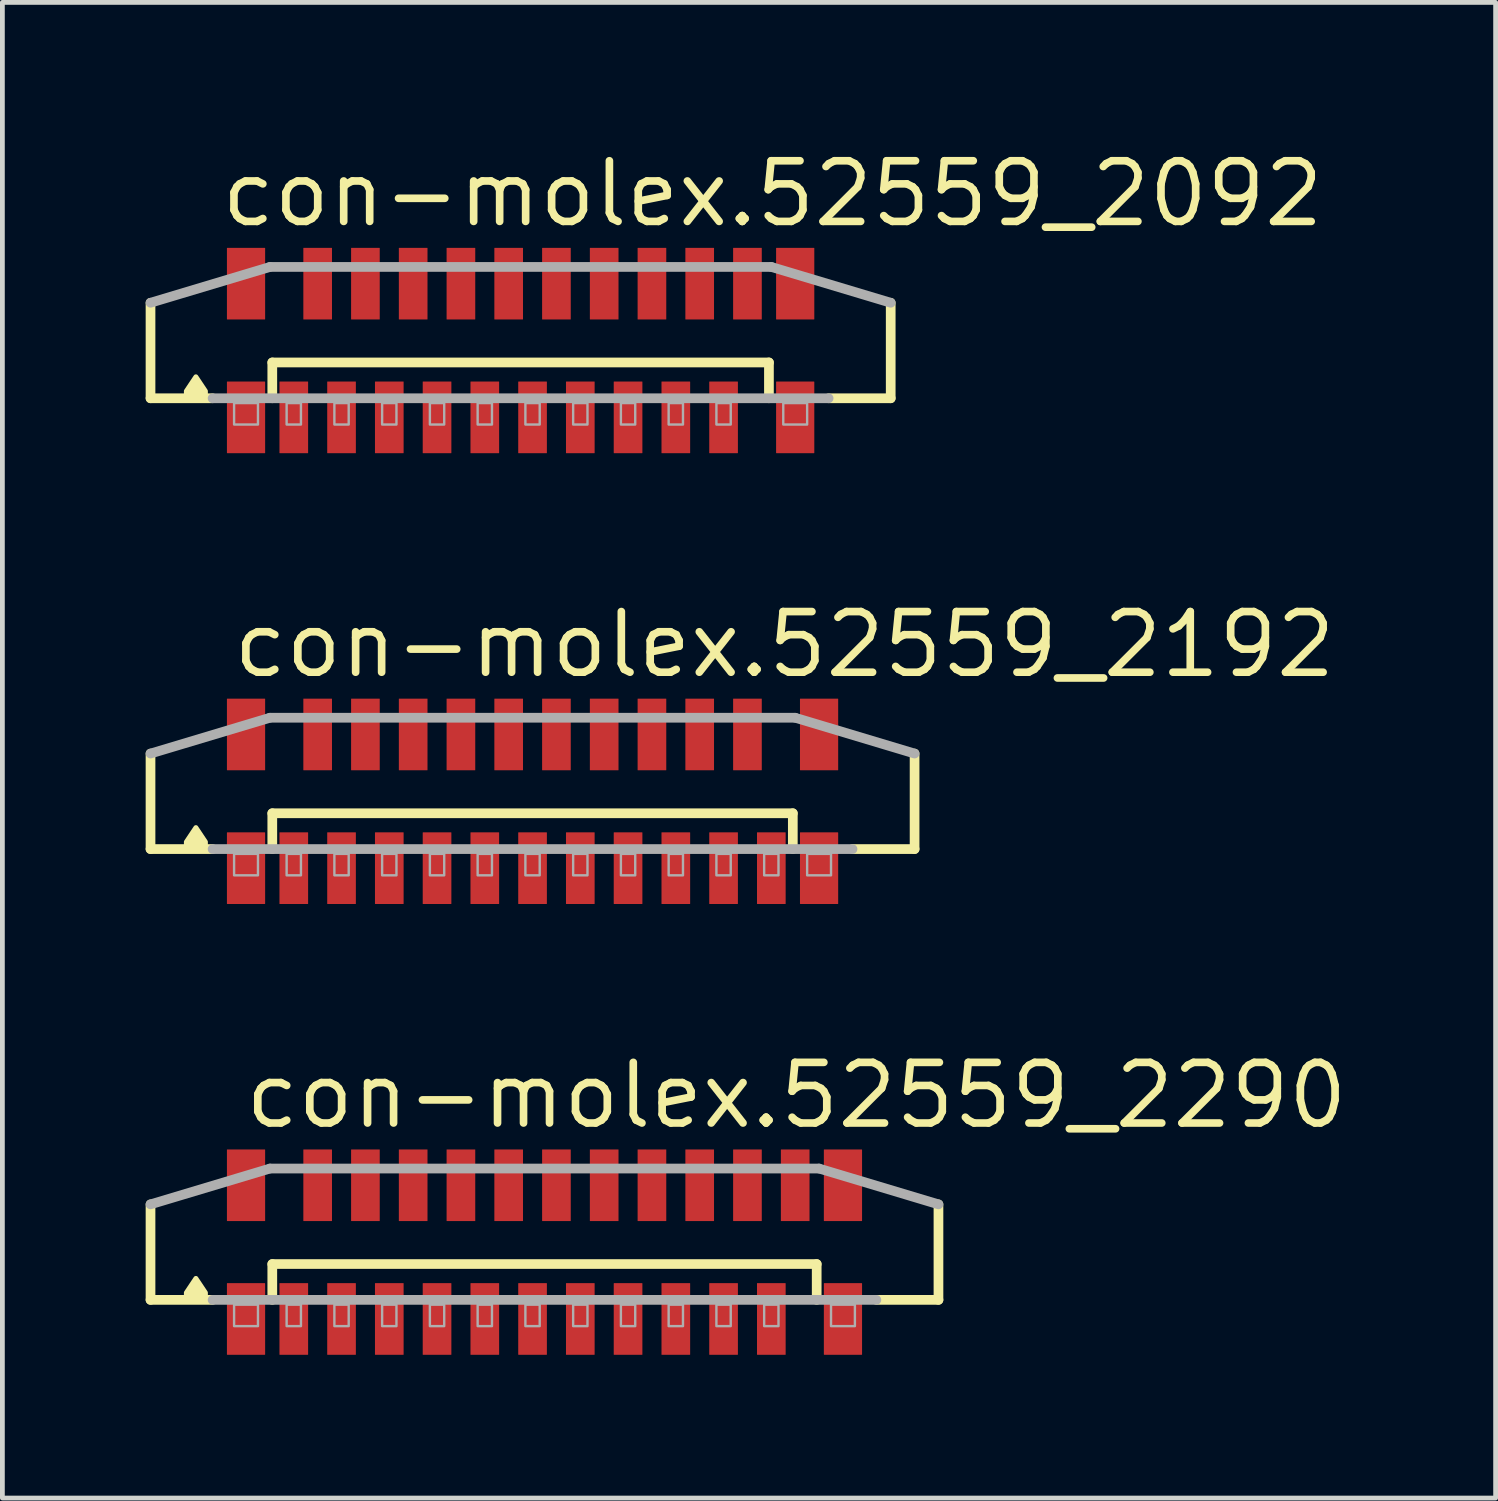
<source format=kicad_pcb>
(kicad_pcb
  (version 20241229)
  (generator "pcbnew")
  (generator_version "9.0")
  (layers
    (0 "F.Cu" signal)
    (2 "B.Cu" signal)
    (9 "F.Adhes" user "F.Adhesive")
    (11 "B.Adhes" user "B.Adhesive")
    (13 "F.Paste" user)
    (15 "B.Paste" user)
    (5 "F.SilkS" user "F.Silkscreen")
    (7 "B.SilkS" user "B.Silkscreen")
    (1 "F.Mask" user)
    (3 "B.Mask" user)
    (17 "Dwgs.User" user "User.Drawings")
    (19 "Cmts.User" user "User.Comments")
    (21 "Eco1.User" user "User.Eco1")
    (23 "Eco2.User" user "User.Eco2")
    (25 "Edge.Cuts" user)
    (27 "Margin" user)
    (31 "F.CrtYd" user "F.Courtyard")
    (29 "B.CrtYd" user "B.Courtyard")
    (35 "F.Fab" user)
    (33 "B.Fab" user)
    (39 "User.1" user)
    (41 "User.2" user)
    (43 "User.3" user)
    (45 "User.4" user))
  (footprint "con-molex.52559_2290"
    (layer "F.Cu")
    (at 8.352 23.17)
    (property "Reference" "con-molex.52559_2290" (at -6.35 -2.54 0) (layer "F.SilkS") (effects (font (size 1.27 1.27) (thickness 0.16)) (justify left bottom)))
    (attr smd)
    (fp_line (start -8.25 1) (end -8.25 -1) (stroke (width 0.203) (type default)) (layer "F.SilkS"))
    (fp_line (start -6.95 1) (end -8.25 1) (stroke (width 0.203) (type default)) (layer "F.SilkS"))
    (fp_line (start -5.7 0.25) (end 5.7 0.25) (stroke (width 0.203) (type default)) (layer "F.SilkS"))
    (fp_line (start -5.7 1) (end -5.7 0.25) (stroke (width 0.203) (type default)) (layer "F.SilkS"))
    (fp_line (start 5.7 0.25) (end 5.7 1) (stroke (width 0.203) (type default)) (layer "F.SilkS"))
    (fp_line (start 8.25 -1) (end 8.25 1) (stroke (width 0.203) (type default)) (layer "F.SilkS"))
    (fp_line (start 8.25 1) (end 6.95 1) (stroke (width 0.203) (type default)) (layer "F.SilkS"))
    (fp_poly (pts (xy -7.1 0.95) (xy -7.1 0.85) (xy -7.3 0.55) (xy -7.5 0.85) (xy -7.5 0.95)) (stroke (width 0.102) (type default)) (fill yes) (layer "F.SilkS"))
    (fp_line (start -8.25 -1) (end -5.75 -1.75) (stroke (width 0.203) (type default)) (layer "F.Fab"))
    (fp_line (start -5.75 -1.75) (end 5.75 -1.75) (stroke (width 0.203) (type default)) (layer "F.Fab"))
    (fp_line (start 5.75 -1.75) (end 8.25 -1) (stroke (width 0.203) (type default)) (layer "F.Fab"))
    (fp_line (start 6.95 1) (end -6.95 1) (stroke (width 0.203) (type default)) (layer "F.Fab"))
    (fp_rect (start -6.5 1.55) (end -6 1.1) (stroke (width 0.05) (type default)) (fill no) (layer "F.Fab"))
    (fp_rect (start -5.4 1.55) (end -5.1 1.1) (stroke (width 0.05) (type default)) (fill no) (layer "F.Fab"))
    (fp_rect (start -4.4 1.55) (end -4.1 1.1) (stroke (width 0.05) (type default)) (fill no) (layer "F.Fab"))
    (fp_rect (start -3.4 1.55) (end -3.1 1.1) (stroke (width 0.05) (type default)) (fill no) (layer "F.Fab"))
    (fp_rect (start -2.4 1.55) (end -2.1 1.1) (stroke (width 0.05) (type default)) (fill no) (layer "F.Fab"))
    (fp_rect (start -1.4 1.55) (end -1.1 1.1) (stroke (width 0.05) (type default)) (fill no) (layer "F.Fab"))
    (fp_rect (start -0.4 1.55) (end -0.1 1.1) (stroke (width 0.05) (type default)) (fill no) (layer "F.Fab"))
    (fp_rect (start 0.6 1.55) (end 0.9 1.1) (stroke (width 0.05) (type default)) (fill no) (layer "F.Fab"))
    (fp_rect (start 1.6 1.55) (end 1.9 1.1) (stroke (width 0.05) (type default)) (fill no) (layer "F.Fab"))
    (fp_rect (start 2.6 1.55) (end 2.9 1.1) (stroke (width 0.05) (type default)) (fill no) (layer "F.Fab"))
    (fp_rect (start 3.6 1.55) (end 3.9 1.1) (stroke (width 0.05) (type default)) (fill no) (layer "F.Fab"))
    (fp_rect (start 4.6 1.55) (end 4.9 1.1) (stroke (width 0.05) (type default)) (fill no) (layer "F.Fab"))
    (fp_rect (start 6 1.55) (end 6.5 1.1) (stroke (width 0.05) (type default)) (fill no) (layer "F.Fab"))
    (pad "1" smd roundrect (at -5.25 1.4) (size 0.6 1.5) (layers "F.Cu" "F.Mask" "F.Paste") (roundrect_rratio 0.01))
    (pad "2" smd roundrect (at -4.75 -1.4 180) (size 0.6 1.5) (layers "F.Cu" "F.Mask" "F.Paste") (roundrect_rratio 0.01))
    (pad "3" smd roundrect (at -4.25 1.4) (size 0.6 1.5) (layers "F.Cu" "F.Mask" "F.Paste") (roundrect_rratio 0.01))
    (pad "4" smd roundrect (at -3.75 -1.4 180) (size 0.6 1.5) (layers "F.Cu" "F.Mask" "F.Paste") (roundrect_rratio 0.01))
    (pad "5" smd roundrect (at -3.25 1.4) (size 0.6 1.5) (layers "F.Cu" "F.Mask" "F.Paste") (roundrect_rratio 0.01))
    (pad "6" smd roundrect (at -2.75 -1.4 180) (size 0.6 1.5) (layers "F.Cu" "F.Mask" "F.Paste") (roundrect_rratio 0.01))
    (pad "7" smd roundrect (at -2.25 1.4) (size 0.6 1.5) (layers "F.Cu" "F.Mask" "F.Paste") (roundrect_rratio 0.01))
    (pad "8" smd roundrect (at -1.75 -1.4 180) (size 0.6 1.5) (layers "F.Cu" "F.Mask" "F.Paste") (roundrect_rratio 0.01))
    (pad "9" smd roundrect (at -1.25 1.4) (size 0.6 1.5) (layers "F.Cu" "F.Mask" "F.Paste") (roundrect_rratio 0.01))
    (pad "10" smd roundrect (at -0.75 -1.4 180) (size 0.6 1.5) (layers "F.Cu" "F.Mask" "F.Paste") (roundrect_rratio 0.01))
    (pad "11" smd roundrect (at -0.25 1.4) (size 0.6 1.5) (layers "F.Cu" "F.Mask" "F.Paste") (roundrect_rratio 0.01))
    (pad "12" smd roundrect (at 0.25 -1.4 180) (size 0.6 1.5) (layers "F.Cu" "F.Mask" "F.Paste") (roundrect_rratio 0.01))
    (pad "13" smd roundrect (at 0.75 1.4) (size 0.6 1.5) (layers "F.Cu" "F.Mask" "F.Paste") (roundrect_rratio 0.01))
    (pad "14" smd roundrect (at 1.25 -1.4 180) (size 0.6 1.5) (layers "F.Cu" "F.Mask" "F.Paste") (roundrect_rratio 0.01))
    (pad "15" smd roundrect (at 1.75 1.4) (size 0.6 1.5) (layers "F.Cu" "F.Mask" "F.Paste") (roundrect_rratio 0.01))
    (pad "16" smd roundrect (at 2.25 -1.4 180) (size 0.6 1.5) (layers "F.Cu" "F.Mask" "F.Paste") (roundrect_rratio 0.01))
    (pad "17" smd roundrect (at 2.75 1.4) (size 0.6 1.5) (layers "F.Cu" "F.Mask" "F.Paste") (roundrect_rratio 0.01))
    (pad "18" smd roundrect (at 3.25 -1.4 180) (size 0.6 1.5) (layers "F.Cu" "F.Mask" "F.Paste") (roundrect_rratio 0.01))
    (pad "19" smd roundrect (at 3.75 1.4) (size 0.6 1.5) (layers "F.Cu" "F.Mask" "F.Paste") (roundrect_rratio 0.01))
    (pad "20" smd roundrect (at 4.25 -1.4 180) (size 0.6 1.5) (layers "F.Cu" "F.Mask" "F.Paste") (roundrect_rratio 0.01))
    (pad "21" smd roundrect (at 4.75 1.4) (size 0.6 1.5) (layers "F.Cu" "F.Mask" "F.Paste") (roundrect_rratio 0.01))
    (pad "22" smd roundrect (at 5.25 -1.4 180) (size 0.6 1.5) (layers "F.Cu" "F.Mask" "F.Paste") (roundrect_rratio 0.01))
    (pad "M1" smd roundrect (at -6.25 1.4) (size 0.8 1.5) (layers "F.Cu" "F.Mask" "F.Paste") (roundrect_rratio 0.01))
    (pad "M2" smd roundrect (at 6.25 1.4) (size 0.8 1.5) (layers "F.Cu" "F.Mask" "F.Paste") (roundrect_rratio 0.01))
    (pad "M3" smd roundrect (at 6.25 -1.4 180) (size 0.8 1.5) (layers "F.Cu" "F.Mask" "F.Paste") (roundrect_rratio 0.01))
    (pad "M4" smd roundrect (at -6.25 -1.4 180) (size 0.8 1.5) (layers "F.Cu" "F.Mask" "F.Paste") (roundrect_rratio 0.01)))
  (footprint "con-molex.52559_2192"
    (layer "F.Cu")
    (at 8.102 13.73)
    (property "Reference" "con-molex.52559_2192" (at -6.35 -2.54 0) (layer "F.SilkS") (effects (font (size 1.27 1.27) (thickness 0.16)) (justify left bottom)))
    (attr smd)
    (fp_line (start -8 1) (end -8 -1) (stroke (width 0.203) (type default)) (layer "F.SilkS"))
    (fp_line (start -6.7 1) (end -8 1) (stroke (width 0.203) (type default)) (layer "F.SilkS"))
    (fp_line (start -5.45 0.25) (end 5.45 0.25) (stroke (width 0.203) (type default)) (layer "F.SilkS"))
    (fp_line (start -5.45 1) (end -5.45 0.25) (stroke (width 0.203) (type default)) (layer "F.SilkS"))
    (fp_line (start 5.45 0.25) (end 5.45 1) (stroke (width 0.203) (type default)) (layer "F.SilkS"))
    (fp_line (start 8 -1) (end 8 1) (stroke (width 0.203) (type default)) (layer "F.SilkS"))
    (fp_line (start 8 1) (end 6.7 1) (stroke (width 0.203) (type default)) (layer "F.SilkS"))
    (fp_poly (pts (xy -6.85 0.95) (xy -6.85 0.85) (xy -7.05 0.55) (xy -7.25 0.85) (xy -7.25 0.95)) (stroke (width 0.102) (type default)) (fill yes) (layer "F.SilkS"))
    (fp_line (start -8 -1) (end -5.5 -1.75) (stroke (width 0.203) (type default)) (layer "F.Fab"))
    (fp_line (start -5.5 -1.75) (end 5.5 -1.75) (stroke (width 0.203) (type default)) (layer "F.Fab"))
    (fp_line (start 5.5 -1.75) (end 8 -1) (stroke (width 0.203) (type default)) (layer "F.Fab"))
    (fp_line (start 6.7 1) (end -6.7 1) (stroke (width 0.203) (type default)) (layer "F.Fab"))
    (fp_rect (start -6.25 1.55) (end -5.75 1.1) (stroke (width 0.05) (type default)) (fill no) (layer "F.Fab"))
    (fp_rect (start -5.15 1.55) (end -4.85 1.1) (stroke (width 0.05) (type default)) (fill no) (layer "F.Fab"))
    (fp_rect (start -4.15 1.55) (end -3.85 1.1) (stroke (width 0.05) (type default)) (fill no) (layer "F.Fab"))
    (fp_rect (start -3.15 1.55) (end -2.85 1.1) (stroke (width 0.05) (type default)) (fill no) (layer "F.Fab"))
    (fp_rect (start -2.15 1.55) (end -1.85 1.1) (stroke (width 0.05) (type default)) (fill no) (layer "F.Fab"))
    (fp_rect (start -1.15 1.55) (end -0.85 1.1) (stroke (width 0.05) (type default)) (fill no) (layer "F.Fab"))
    (fp_rect (start -0.15 1.55) (end 0.15 1.1) (stroke (width 0.05) (type default)) (fill no) (layer "F.Fab"))
    (fp_rect (start 0.85 1.55) (end 1.15 1.1) (stroke (width 0.05) (type default)) (fill no) (layer "F.Fab"))
    (fp_rect (start 1.85 1.55) (end 2.15 1.1) (stroke (width 0.05) (type default)) (fill no) (layer "F.Fab"))
    (fp_rect (start 2.85 1.55) (end 3.15 1.1) (stroke (width 0.05) (type default)) (fill no) (layer "F.Fab"))
    (fp_rect (start 3.85 1.55) (end 4.15 1.1) (stroke (width 0.05) (type default)) (fill no) (layer "F.Fab"))
    (fp_rect (start 4.85 1.55) (end 5.15 1.1) (stroke (width 0.05) (type default)) (fill no) (layer "F.Fab"))
    (fp_rect (start 5.75 1.55) (end 6.25 1.1) (stroke (width 0.05) (type default)) (fill no) (layer "F.Fab"))
    (pad "1" smd roundrect (at -5 1.4) (size 0.6 1.5) (layers "F.Cu" "F.Mask" "F.Paste") (roundrect_rratio 0.01))
    (pad "2" smd roundrect (at -4.5 -1.4 180) (size 0.6 1.5) (layers "F.Cu" "F.Mask" "F.Paste") (roundrect_rratio 0.01))
    (pad "3" smd roundrect (at -4 1.4) (size 0.6 1.5) (layers "F.Cu" "F.Mask" "F.Paste") (roundrect_rratio 0.01))
    (pad "4" smd roundrect (at -3.5 -1.4 180) (size 0.6 1.5) (layers "F.Cu" "F.Mask" "F.Paste") (roundrect_rratio 0.01))
    (pad "5" smd roundrect (at -3 1.4) (size 0.6 1.5) (layers "F.Cu" "F.Mask" "F.Paste") (roundrect_rratio 0.01))
    (pad "6" smd roundrect (at -2.5 -1.4 180) (size 0.6 1.5) (layers "F.Cu" "F.Mask" "F.Paste") (roundrect_rratio 0.01))
    (pad "7" smd roundrect (at -2 1.4) (size 0.6 1.5) (layers "F.Cu" "F.Mask" "F.Paste") (roundrect_rratio 0.01))
    (pad "8" smd roundrect (at -1.5 -1.4 180) (size 0.6 1.5) (layers "F.Cu" "F.Mask" "F.Paste") (roundrect_rratio 0.01))
    (pad "9" smd roundrect (at -1 1.4) (size 0.6 1.5) (layers "F.Cu" "F.Mask" "F.Paste") (roundrect_rratio 0.01))
    (pad "10" smd roundrect (at -0.5 -1.4 180) (size 0.6 1.5) (layers "F.Cu" "F.Mask" "F.Paste") (roundrect_rratio 0.01))
    (pad "11" smd roundrect (at 0 1.4) (size 0.6 1.5) (layers "F.Cu" "F.Mask" "F.Paste") (roundrect_rratio 0.01))
    (pad "12" smd roundrect (at 0.5 -1.4 180) (size 0.6 1.5) (layers "F.Cu" "F.Mask" "F.Paste") (roundrect_rratio 0.01))
    (pad "13" smd roundrect (at 1 1.4) (size 0.6 1.5) (layers "F.Cu" "F.Mask" "F.Paste") (roundrect_rratio 0.01))
    (pad "14" smd roundrect (at 1.5 -1.4 180) (size 0.6 1.5) (layers "F.Cu" "F.Mask" "F.Paste") (roundrect_rratio 0.01))
    (pad "15" smd roundrect (at 2 1.4) (size 0.6 1.5) (layers "F.Cu" "F.Mask" "F.Paste") (roundrect_rratio 0.01))
    (pad "16" smd roundrect (at 2.5 -1.4 180) (size 0.6 1.5) (layers "F.Cu" "F.Mask" "F.Paste") (roundrect_rratio 0.01))
    (pad "17" smd roundrect (at 3 1.4) (size 0.6 1.5) (layers "F.Cu" "F.Mask" "F.Paste") (roundrect_rratio 0.01))
    (pad "18" smd roundrect (at 3.5 -1.4 180) (size 0.6 1.5) (layers "F.Cu" "F.Mask" "F.Paste") (roundrect_rratio 0.01))
    (pad "19" smd roundrect (at 4 1.4) (size 0.6 1.5) (layers "F.Cu" "F.Mask" "F.Paste") (roundrect_rratio 0.01))
    (pad "20" smd roundrect (at 4.5 -1.4 180) (size 0.6 1.5) (layers "F.Cu" "F.Mask" "F.Paste") (roundrect_rratio 0.01))
    (pad "21" smd roundrect (at 5 1.4) (size 0.6 1.5) (layers "F.Cu" "F.Mask" "F.Paste") (roundrect_rratio 0.01))
    (pad "M1" smd roundrect (at -6 1.4) (size 0.8 1.5) (layers "F.Cu" "F.Mask" "F.Paste") (roundrect_rratio 0.01))
    (pad "M2" smd roundrect (at 6 1.4) (size 0.8 1.5) (layers "F.Cu" "F.Mask" "F.Paste") (roundrect_rratio 0.01))
    (pad "M3" smd roundrect (at 6 -1.4 180) (size 0.8 1.5) (layers "F.Cu" "F.Mask" "F.Paste") (roundrect_rratio 0.01))
    (pad "M4" smd roundrect (at -6 -1.4 180) (size 0.8 1.5) (layers "F.Cu" "F.Mask" "F.Paste") (roundrect_rratio 0.01)))
  (footprint "con-molex.52559_2092"
    (layer "F.Cu")
    (at 7.852 4.29)
    (property "Reference" "con-molex.52559_2092" (at -6.35 -2.54 0) (layer "F.SilkS") (effects (font (size 1.27 1.27) (thickness 0.16)) (justify left bottom)))
    (attr smd)
    (fp_line (start -7.75 1) (end -7.75 -1) (stroke (width 0.203) (type default)) (layer "F.SilkS"))
    (fp_line (start -6.45 1) (end -7.75 1) (stroke (width 0.203) (type default)) (layer "F.SilkS"))
    (fp_line (start -5.2 0.25) (end 5.2 0.25) (stroke (width 0.203) (type default)) (layer "F.SilkS"))
    (fp_line (start -5.2 1) (end -5.2 0.25) (stroke (width 0.203) (type default)) (layer "F.SilkS"))
    (fp_line (start 5.2 0.25) (end 5.2 1) (stroke (width 0.203) (type default)) (layer "F.SilkS"))
    (fp_line (start 7.75 -1) (end 7.75 1) (stroke (width 0.203) (type default)) (layer "F.SilkS"))
    (fp_line (start 7.75 1) (end 6.45 1) (stroke (width 0.203) (type default)) (layer "F.SilkS"))
    (fp_poly (pts (xy -6.6 0.95) (xy -6.6 0.85) (xy -6.8 0.55) (xy -7 0.85) (xy -7 0.95)) (stroke (width 0.102) (type default)) (fill yes) (layer "F.SilkS"))
    (fp_line (start -7.75 -1) (end -5.25 -1.75) (stroke (width 0.203) (type default)) (layer "F.Fab"))
    (fp_line (start -5.25 -1.75) (end 5.25 -1.75) (stroke (width 0.203) (type default)) (layer "F.Fab"))
    (fp_line (start 5.25 -1.75) (end 7.75 -1) (stroke (width 0.203) (type default)) (layer "F.Fab"))
    (fp_line (start 6.45 1) (end -6.45 1) (stroke (width 0.203) (type default)) (layer "F.Fab"))
    (fp_rect (start -6 1.55) (end -5.5 1.1) (stroke (width 0.05) (type default)) (fill no) (layer "F.Fab"))
    (fp_rect (start -4.9 1.55) (end -4.6 1.1) (stroke (width 0.05) (type default)) (fill no) (layer "F.Fab"))
    (fp_rect (start -3.9 1.55) (end -3.6 1.1) (stroke (width 0.05) (type default)) (fill no) (layer "F.Fab"))
    (fp_rect (start -2.9 1.55) (end -2.6 1.1) (stroke (width 0.05) (type default)) (fill no) (layer "F.Fab"))
    (fp_rect (start -1.9 1.55) (end -1.6 1.1) (stroke (width 0.05) (type default)) (fill no) (layer "F.Fab"))
    (fp_rect (start -0.9 1.55) (end -0.6 1.1) (stroke (width 0.05) (type default)) (fill no) (layer "F.Fab"))
    (fp_rect (start 0.1 1.55) (end 0.4 1.1) (stroke (width 0.05) (type default)) (fill no) (layer "F.Fab"))
    (fp_rect (start 1.1 1.55) (end 1.4 1.1) (stroke (width 0.05) (type default)) (fill no) (layer "F.Fab"))
    (fp_rect (start 2.1 1.55) (end 2.4 1.1) (stroke (width 0.05) (type default)) (fill no) (layer "F.Fab"))
    (fp_rect (start 3.1 1.55) (end 3.4 1.1) (stroke (width 0.05) (type default)) (fill no) (layer "F.Fab"))
    (fp_rect (start 4.1 1.55) (end 4.4 1.1) (stroke (width 0.05) (type default)) (fill no) (layer "F.Fab"))
    (fp_rect (start 5.5 1.55) (end 6 1.1) (stroke (width 0.05) (type default)) (fill no) (layer "F.Fab"))
    (pad "1" smd roundrect (at -4.75 1.4) (size 0.6 1.5) (layers "F.Cu" "F.Mask" "F.Paste") (roundrect_rratio 0.01))
    (pad "2" smd roundrect (at -4.25 -1.4 180) (size 0.6 1.5) (layers "F.Cu" "F.Mask" "F.Paste") (roundrect_rratio 0.01))
    (pad "3" smd roundrect (at -3.75 1.4) (size 0.6 1.5) (layers "F.Cu" "F.Mask" "F.Paste") (roundrect_rratio 0.01))
    (pad "4" smd roundrect (at -3.25 -1.4 180) (size 0.6 1.5) (layers "F.Cu" "F.Mask" "F.Paste") (roundrect_rratio 0.01))
    (pad "5" smd roundrect (at -2.75 1.4) (size 0.6 1.5) (layers "F.Cu" "F.Mask" "F.Paste") (roundrect_rratio 0.01))
    (pad "6" smd roundrect (at -2.25 -1.4 180) (size 0.6 1.5) (layers "F.Cu" "F.Mask" "F.Paste") (roundrect_rratio 0.01))
    (pad "7" smd roundrect (at -1.75 1.4) (size 0.6 1.5) (layers "F.Cu" "F.Mask" "F.Paste") (roundrect_rratio 0.01))
    (pad "8" smd roundrect (at -1.25 -1.4 180) (size 0.6 1.5) (layers "F.Cu" "F.Mask" "F.Paste") (roundrect_rratio 0.01))
    (pad "9" smd roundrect (at -0.75 1.4) (size 0.6 1.5) (layers "F.Cu" "F.Mask" "F.Paste") (roundrect_rratio 0.01))
    (pad "10" smd roundrect (at -0.25 -1.4 180) (size 0.6 1.5) (layers "F.Cu" "F.Mask" "F.Paste") (roundrect_rratio 0.01))
    (pad "11" smd roundrect (at 0.25 1.4) (size 0.6 1.5) (layers "F.Cu" "F.Mask" "F.Paste") (roundrect_rratio 0.01))
    (pad "12" smd roundrect (at 0.75 -1.4 180) (size 0.6 1.5) (layers "F.Cu" "F.Mask" "F.Paste") (roundrect_rratio 0.01))
    (pad "13" smd roundrect (at 1.25 1.4) (size 0.6 1.5) (layers "F.Cu" "F.Mask" "F.Paste") (roundrect_rratio 0.01))
    (pad "14" smd roundrect (at 1.75 -1.4 180) (size 0.6 1.5) (layers "F.Cu" "F.Mask" "F.Paste") (roundrect_rratio 0.01))
    (pad "15" smd roundrect (at 2.25 1.4) (size 0.6 1.5) (layers "F.Cu" "F.Mask" "F.Paste") (roundrect_rratio 0.01))
    (pad "16" smd roundrect (at 2.75 -1.4 180) (size 0.6 1.5) (layers "F.Cu" "F.Mask" "F.Paste") (roundrect_rratio 0.01))
    (pad "17" smd roundrect (at 3.25 1.4) (size 0.6 1.5) (layers "F.Cu" "F.Mask" "F.Paste") (roundrect_rratio 0.01))
    (pad "18" smd roundrect (at 3.75 -1.4 180) (size 0.6 1.5) (layers "F.Cu" "F.Mask" "F.Paste") (roundrect_rratio 0.01))
    (pad "19" smd roundrect (at 4.25 1.4) (size 0.6 1.5) (layers "F.Cu" "F.Mask" "F.Paste") (roundrect_rratio 0.01))
    (pad "20" smd roundrect (at 4.75 -1.4 180) (size 0.6 1.5) (layers "F.Cu" "F.Mask" "F.Paste") (roundrect_rratio 0.01))
    (pad "M1" smd roundrect (at -5.75 1.4) (size 0.8 1.5) (layers "F.Cu" "F.Mask" "F.Paste") (roundrect_rratio 0.01))
    (pad "M2" smd roundrect (at 5.75 1.4) (size 0.8 1.5) (layers "F.Cu" "F.Mask" "F.Paste") (roundrect_rratio 0.01))
    (pad "M3" smd roundrect (at 5.75 -1.4 180) (size 0.8 1.5) (layers "F.Cu" "F.Mask" "F.Paste") (roundrect_rratio 0.01))
    (pad "M4" smd roundrect (at -5.75 -1.4 180) (size 0.8 1.5) (layers "F.Cu" "F.Mask" "F.Paste") (roundrect_rratio 0.01)))
  (gr_rect
    (start -3 -3)
    (end 28.269 28.32)
    (stroke (width 0.1) (type default))
    (fill no)
    (layer "Edge.Cuts")))
</source>
